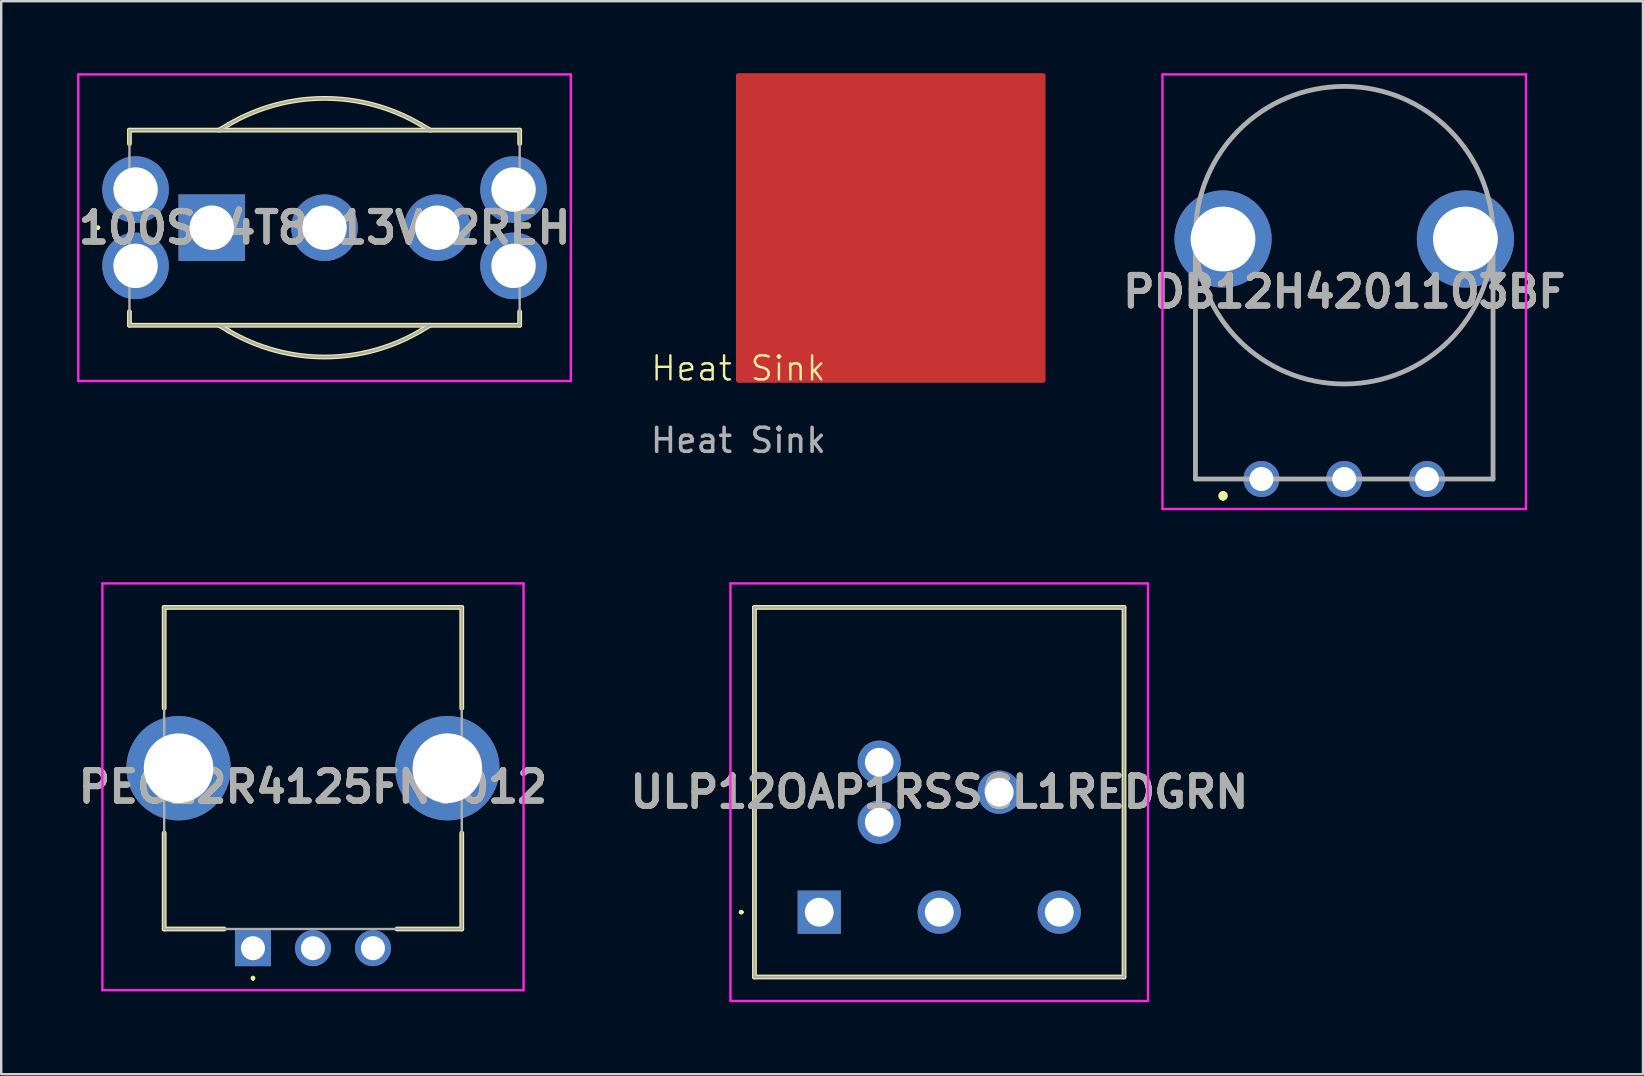
<source format=kicad_pcb>
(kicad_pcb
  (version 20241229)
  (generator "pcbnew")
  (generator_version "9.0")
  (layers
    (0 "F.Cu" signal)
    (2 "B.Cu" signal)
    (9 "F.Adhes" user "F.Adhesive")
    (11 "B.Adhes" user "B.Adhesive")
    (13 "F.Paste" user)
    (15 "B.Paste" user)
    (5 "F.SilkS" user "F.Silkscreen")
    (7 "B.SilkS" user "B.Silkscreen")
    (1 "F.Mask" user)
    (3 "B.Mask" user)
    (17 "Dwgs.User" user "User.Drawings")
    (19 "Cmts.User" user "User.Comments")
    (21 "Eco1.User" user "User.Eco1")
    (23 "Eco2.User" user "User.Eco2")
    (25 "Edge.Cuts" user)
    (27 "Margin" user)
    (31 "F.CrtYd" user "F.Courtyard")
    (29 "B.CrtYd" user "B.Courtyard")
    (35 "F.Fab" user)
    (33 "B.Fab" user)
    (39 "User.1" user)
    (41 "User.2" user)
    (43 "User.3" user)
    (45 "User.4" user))
  (footprint "Heat Sink"
    (layer "F.Cu")
    (at 27.717 12.8)
    (property "Reference" "Heat Sink" (at 0 -0.5 0) (unlocked yes) (layer "F.SilkS") (effects (font (size 1 1) (thickness 0.1))))
    (attr through_hole)
    (fp_rect (start 0 -12.7) (end 12.7 0) (stroke (width 0.2) (type solid)) (fill yes) (layer "F.Cu"))
    (fp_rect (start 0 -12.7) (end 12.7 0) (stroke (width 0.1) (type solid)) (fill yes) (layer "F.Mask"))
    (fp_text user "${REFERENCE}" (at 0 2.5 0) (unlocked yes) (layer "F.Fab") (effects (font (size 1 1) (thickness 0.15))))
    (pad "1" smd circle (at 6.35 -6.35) (size 2.54 2.54) (layers "F.Cu" "F.Mask")))
  (footprint "ULP12OAP1RSSCL1REDGRN"
    (layer "F.Cu")
    (at 31.087 34.96)
    (property "Reference" "ULP12OAP1RSSCL1REDGRN" (at 5 -5 0) (layer "F.SilkS") (effects (font (size 1.27 1.27) (thickness 0.254))))
    (attr through_hole)
    (fp_line (start -3.3 0) (end -3.3 0) (stroke (width 0.1) (type solid)) (layer "F.SilkS"))
    (fp_line (start -3.2 0) (end -3.2 0) (stroke (width 0.1) (type solid)) (layer "F.SilkS"))
    (fp_line (start -2.7 -12.7) (end 12.7 -12.7) (stroke (width 0.2) (type solid)) (layer "F.SilkS"))
    (fp_line (start -2.7 2.7) (end -2.7 -12.7) (stroke (width 0.2) (type solid)) (layer "F.SilkS"))
    (fp_line (start 12.7 -12.7) (end 12.7 2.7) (stroke (width 0.2) (type solid)) (layer "F.SilkS"))
    (fp_line (start 12.7 2.7) (end -2.7 2.7) (stroke (width 0.2) (type solid)) (layer "F.SilkS"))
    (fp_arc (start -3.3 0) (mid -3.25 -0.05) (end -3.2 0) (stroke (width 0.1) (type solid)) (layer "F.SilkS"))
    (fp_arc (start -3.2 0) (mid -3.25 0.05) (end -3.3 0) (stroke (width 0.1) (type solid)) (layer "F.SilkS"))
    (fp_line (start -3.7 -13.7) (end 13.7 -13.7) (stroke (width 0.1) (type solid)) (layer "F.CrtYd"))
    (fp_line (start -3.7 3.7) (end -3.7 -13.7) (stroke (width 0.1) (type solid)) (layer "F.CrtYd"))
    (fp_line (start 13.7 -13.7) (end 13.7 3.7) (stroke (width 0.1) (type solid)) (layer "F.CrtYd"))
    (fp_line (start 13.7 3.7) (end -3.7 3.7) (stroke (width 0.1) (type solid)) (layer "F.CrtYd"))
    (fp_line (start -2.7 -12.7) (end 12.7 -12.7) (stroke (width 0.1) (type solid)) (layer "F.Fab"))
    (fp_line (start -2.7 2.7) (end -2.7 -12.7) (stroke (width 0.1) (type solid)) (layer "F.Fab"))
    (fp_line (start 12.7 -12.7) (end 12.7 2.7) (stroke (width 0.1) (type solid)) (layer "F.Fab"))
    (fp_line (start 12.7 2.7) (end -2.7 2.7) (stroke (width 0.1) (type solid)) (layer "F.Fab"))
    (fp_text user "${REFERENCE}" (at 5 -5 0) (layer "F.Fab") (effects (font (size 1.27 1.27) (thickness 0.254))))
    (pad "1" thru_hole rect (at 0 0) (size 1.8 1.8) (drill 1.2) (layers "*.Cu" "*.Mask"))
    (pad "2" thru_hole circle (at 5 0) (size 1.8 1.8) (drill 1.2) (layers "*.Cu" "*.Mask"))
    (pad "3" thru_hole circle (at 10 0) (size 1.8 1.8) (drill 1.2) (layers "*.Cu" "*.Mask"))
    (pad "L1" thru_hole circle (at 2.5 -3.75) (size 1.8 1.8) (drill 1.2) (layers "*.Cu" "*.Mask"))
    (pad "L2" thru_hole circle (at 2.5 -6.25) (size 1.8 1.8) (drill 1.2) (layers "*.Cu" "*.Mask"))
    (pad "LC1" thru_hole circle (at 7.5 -5) (size 1.8 1.8) (drill 1.2) (layers "*.Cu" "*.Mask")))
  (footprint "100SP4T8B13VS2REH"
    (layer "F.Cu")
    (at 5.774 6.438)
    (property "Reference" "100SP4T8B13VS2REH" (at 4.7 0 0) (layer "F.SilkS") (effects (font (size 1.27 1.27) (thickness 0.254))))
    (attr through_hole)
    (fp_line (start -4.8 0) (end -4.8 0) (stroke (width 0.1) (type solid)) (layer "F.SilkS"))
    (fp_line (start -4.7 0) (end -4.7 0) (stroke (width 0.1) (type solid)) (layer "F.SilkS"))
    (fp_line (start -3.43 -4.065) (end 12.83 -4.065) (stroke (width 0.2) (type solid)) (layer "F.SilkS"))
    (fp_line (start -3.43 -3.5) (end -3.43 -4.065) (stroke (width 0.2) (type solid)) (layer "F.SilkS"))
    (fp_line (start -3.43 3.5) (end -3.43 4.065) (stroke (width 0.2) (type solid)) (layer "F.SilkS"))
    (fp_line (start -3.43 4.065) (end 12.83 4.065) (stroke (width 0.2) (type solid)) (layer "F.SilkS"))
    (fp_line (start 0.3 -4.065) (end 0.7 -4.3) (stroke (width 0.2) (type solid)) (layer "F.SilkS"))
    (fp_line (start 0.3 4.065) (end 0.7 4.3) (stroke (width 0.2) (type solid)) (layer "F.SilkS"))
    (fp_line (start 0.7 -4.3) (end 0.7 -4.3) (stroke (width 0.2) (type solid)) (layer "F.SilkS"))
    (fp_line (start 0.7 4.3) (end 0.7 4.3) (stroke (width 0.2) (type solid)) (layer "F.SilkS"))
    (fp_line (start 8.7 -4.3) (end 9.1 -4.065) (stroke (width 0.2) (type solid)) (layer "F.SilkS"))
    (fp_line (start 8.7 4.3) (end 9.1 4.065) (stroke (width 0.2) (type solid)) (layer "F.SilkS"))
    (fp_line (start 12.83 -4.065) (end 12.83 -3.5) (stroke (width 0.2) (type solid)) (layer "F.SilkS"))
    (fp_line (start 12.83 4.065) (end 12.83 3.5) (stroke (width 0.2) (type solid)) (layer "F.SilkS"))
    (fp_arc (start -4.8 0) (mid -4.75 -0.05) (end -4.7 0) (stroke (width 0.1) (type solid)) (layer "F.SilkS"))
    (fp_arc (start -4.7 0) (mid -4.75 0.05) (end -4.8 0) (stroke (width 0.1) (type solid)) (layer "F.SilkS"))
    (fp_arc (start 0.7 -4.3) (mid 4.702167 -5.38806) (end 8.703737 -4.297803) (stroke (width 0.2) (type solid)) (layer "F.SilkS"))
    (fp_arc (start 8.703737 4.297803) (mid 4.702167 5.38806) (end 0.7 4.3) (stroke (width 0.2) (type solid)) (layer "F.SilkS"))
    (fp_line (start -5.562 -6.388) (end 14.962 -6.388) (stroke (width 0.1) (type solid)) (layer "F.CrtYd"))
    (fp_line (start -5.562 6.388) (end -5.562 -6.388) (stroke (width 0.1) (type solid)) (layer "F.CrtYd"))
    (fp_line (start 14.962 -6.388) (end 14.962 6.388) (stroke (width 0.1) (type solid)) (layer "F.CrtYd"))
    (fp_line (start 14.962 6.388) (end -5.562 6.388) (stroke (width 0.1) (type solid)) (layer "F.CrtYd"))
    (fp_line (start -3.43 -4.065) (end 12.83 -4.065) (stroke (width 0.1) (type solid)) (layer "F.Fab"))
    (fp_line (start -3.43 4.065) (end -3.43 -4.065) (stroke (width 0.1) (type solid)) (layer "F.Fab"))
    (fp_line (start 0.3 -4.065) (end 0.7 -4.3) (stroke (width 0.1) (type solid)) (layer "F.Fab"))
    (fp_line (start 0.3 4.065) (end 0.7 4.3) (stroke (width 0.1) (type solid)) (layer "F.Fab"))
    (fp_line (start 0.7 -4.3) (end 0.7 -4.3) (stroke (width 0.1) (type solid)) (layer "F.Fab"))
    (fp_line (start 0.7 4.3) (end 0.7 4.3) (stroke (width 0.1) (type solid)) (layer "F.Fab"))
    (fp_line (start 8.7 -4.3) (end 9.1 -4.065) (stroke (width 0.1) (type solid)) (layer "F.Fab"))
    (fp_line (start 8.7 4.3) (end 9.1 4.065) (stroke (width 0.1) (type solid)) (layer "F.Fab"))
    (fp_line (start 12.83 -4.065) (end 12.83 4.065) (stroke (width 0.1) (type solid)) (layer "F.Fab"))
    (fp_line (start 12.83 4.065) (end -3.43 4.065) (stroke (width 0.1) (type solid)) (layer "F.Fab"))
    (fp_arc (start 0.7 -4.3) (mid 4.702167 -5.38806) (end 8.703737 -4.297803) (stroke (width 0.1) (type solid)) (layer "F.Fab"))
    (fp_arc (start 8.703737 4.297803) (mid 4.702167 5.38806) (end 0.7 4.3) (stroke (width 0.1) (type solid)) (layer "F.Fab"))
    (fp_text user "${REFERENCE}" (at 4.7 0 0) (layer "F.Fab") (effects (font (size 1.27 1.27) (thickness 0.254))))
    (pad "1" thru_hole rect (at 0 0) (size 2.775 2.775) (drill 1.85) (layers "*.Cu" "*.Mask"))
    (pad "2" thru_hole circle (at 4.7 0) (size 2.775 2.775) (drill 1.85) (layers "*.Cu" "*.Mask"))
    (pad "3" thru_hole circle (at 9.4 0) (size 2.775 2.775) (drill 1.85) (layers "*.Cu" "*.Mask"))
    (pad "4" thru_hole circle (at -3.175 -1.59) (size 2.775 2.775) (drill 1.85) (layers "*.Cu" "*.Mask"))
    (pad "5" thru_hole circle (at -3.175 1.59) (size 2.775 2.775) (drill 1.85) (layers "*.Cu" "*.Mask"))
    (pad "6" thru_hole circle (at 12.575 1.59) (size 2.775 2.775) (drill 1.85) (layers "*.Cu" "*.Mask"))
    (pad "7" thru_hole circle (at 12.575 -1.59) (size 2.775 2.775) (drill 1.85) (layers "*.Cu" "*.Mask")))
  (footprint "PDB12H4201103BF"
    (layer "F.Cu")
    (at 50.463 16.91)
    (property "Reference" "PDB12H4201103BF" (at 2.5 -7.805 0) (layer "F.SilkS") (effects (font (size 1.27 1.27) (thickness 0.254))))
    (attr through_hole)
    (fp_line (start -3.7 -7.16) (end -3.7 0) (stroke (width 0.1) (type solid)) (layer "F.SilkS"))
    (fp_line (start -3.7 0) (end -1.8 0) (stroke (width 0.1) (type solid)) (layer "F.SilkS"))
    (fp_line (start -2.55 0.6) (end -2.55 0.6) (stroke (width 0.2) (type solid)) (layer "F.SilkS"))
    (fp_line (start -2.55 0.8) (end -2.55 0.8) (stroke (width 0.2) (type solid)) (layer "F.SilkS"))
    (fp_line (start 2.3 -16.36) (end 2.7 -16.36) (stroke (width 0.1) (type solid)) (layer "F.SilkS"))
    (fp_line (start 8.7 -7.16) (end 8.7 0) (stroke (width 0.1) (type solid)) (layer "F.SilkS"))
    (fp_line (start 8.7 0) (end 6.8 0) (stroke (width 0.1) (type solid)) (layer "F.SilkS"))
    (fp_arc (start -2.55 0.6) (mid -2.45 0.7) (end -2.55 0.8) (stroke (width 0.2) (type solid)) (layer "F.SilkS"))
    (fp_arc (start -2.55 0.8) (mid -2.65 0.7) (end -2.55 0.6) (stroke (width 0.2) (type solid)) (layer "F.SilkS"))
    (fp_line (start -5.075 -16.86) (end 10.075 -16.86) (stroke (width 0.1) (type solid)) (layer "F.CrtYd"))
    (fp_line (start -5.075 1.25) (end -5.075 -16.86) (stroke (width 0.1) (type solid)) (layer "F.CrtYd"))
    (fp_line (start 10.075 -16.86) (end 10.075 1.25) (stroke (width 0.1) (type solid)) (layer "F.CrtYd"))
    (fp_line (start 10.075 1.25) (end -5.075 1.25) (stroke (width 0.1) (type solid)) (layer "F.CrtYd"))
    (fp_line (start -3.7 -10.16) (end -3.7 -10.16) (stroke (width 0.2) (type solid)) (layer "F.Fab"))
    (fp_line (start -3.7 -10.16) (end -3.7 0) (stroke (width 0.2) (type solid)) (layer "F.Fab"))
    (fp_line (start -3.7 0) (end 8.7 0) (stroke (width 0.2) (type solid)) (layer "F.Fab"))
    (fp_line (start 8.7 -10.16) (end 8.7 -10.16) (stroke (width 0.2) (type solid)) (layer "F.Fab"))
    (fp_line (start 8.7 0) (end 8.7 -10.16) (stroke (width 0.2) (type solid)) (layer "F.Fab"))
    (fp_arc (start -3.7 -10.16) (mid 2.5 -16.36) (end 8.7 -10.16) (stroke (width 0.2) (type solid)) (layer "F.Fab"))
    (fp_arc (start 8.7 -10.16) (mid 2.5 -3.96) (end -3.7 -10.16) (stroke (width 0.2) (type solid)) (layer "F.Fab"))
    (fp_text user "${REFERENCE}" (at 2.5 -7.805 0) (layer "F.Fab") (effects (font (size 1.27 1.27) (thickness 0.254))))
    (pad "1" thru_hole circle (at -0.95 0) (size 1.5 1.5) (drill 1) (layers "*.Cu" "*.Mask"))
    (pad "2" thru_hole circle (at 2.5 0) (size 1.5 1.5) (drill 1) (layers "*.Cu" "*.Mask"))
    (pad "3" thru_hole circle (at 5.95 0) (size 1.5 1.5) (drill 1) (layers "*.Cu" "*.Mask"))
    (pad "MH1" thru_hole circle (at -2.55 -10) (size 4.05 4.05) (drill 2.7) (layers "*.Cu" "*.Mask"))
    (pad "MH2" thru_hole circle (at 7.55 -10) (size 4.05 4.05) (drill 2.7) (layers "*.Cu" "*.Mask")))
  (footprint "PEC12R4125FN0012"
    (layer "F.Cu")
    (at 7.491 36.46)
    (property "Reference" "PEC12R4125FN0012" (at 2.5 -6.725 0) (layer "F.SilkS") (effects (font (size 1.27 1.27) (thickness 0.254))))
    (attr through_hole)
    (fp_line (start -3.7 -14.2) (end -3.7 -10) (stroke (width 0.2) (type solid)) (layer "F.SilkS"))
    (fp_line (start -3.7 -4.8) (end -3.7 -0.8) (stroke (width 0.2) (type solid)) (layer "F.SilkS"))
    (fp_line (start -3.7 -0.8) (end -1.2 -0.8) (stroke (width 0.2) (type solid)) (layer "F.SilkS"))
    (fp_line (start 0 1.2) (end 0 1.2) (stroke (width 0.1) (type solid)) (layer "F.SilkS"))
    (fp_line (start 0 1.3) (end 0 1.3) (stroke (width 0.1) (type solid)) (layer "F.SilkS"))
    (fp_line (start 6 -0.8) (end 8.7 -0.8) (stroke (width 0.2) (type solid)) (layer "F.SilkS"))
    (fp_line (start 8.7 -14.2) (end -3.7 -14.2) (stroke (width 0.2) (type solid)) (layer "F.SilkS"))
    (fp_line (start 8.7 -10) (end 8.7 -14.2) (stroke (width 0.2) (type solid)) (layer "F.SilkS"))
    (fp_line (start 8.7 -0.8) (end 8.7 -4.8) (stroke (width 0.2) (type solid)) (layer "F.SilkS"))
    (fp_arc (start 0 1.2) (mid 0.05 1.25) (end 0 1.3) (stroke (width 0.1) (type solid)) (layer "F.SilkS"))
    (fp_arc (start 0 1.3) (mid -0.05 1.25) (end 0 1.2) (stroke (width 0.1) (type solid)) (layer "F.SilkS"))
    (fp_line (start -6.275 -15.2) (end 11.275 -15.2) (stroke (width 0.1) (type solid)) (layer "F.CrtYd"))
    (fp_line (start -6.275 1.75) (end -6.275 -15.2) (stroke (width 0.1) (type solid)) (layer "F.CrtYd"))
    (fp_line (start 11.275 -15.2) (end 11.275 1.75) (stroke (width 0.1) (type solid)) (layer "F.CrtYd"))
    (fp_line (start 11.275 1.75) (end -6.275 1.75) (stroke (width 0.1) (type solid)) (layer "F.CrtYd"))
    (fp_line (start -3.7 -14.2) (end 8.7 -14.2) (stroke (width 0.1) (type solid)) (layer "F.Fab"))
    (fp_line (start -3.7 -0.8) (end -3.7 -14.2) (stroke (width 0.1) (type solid)) (layer "F.Fab"))
    (fp_line (start 8.7 -14.2) (end 8.7 -0.8) (stroke (width 0.1) (type solid)) (layer "F.Fab"))
    (fp_line (start 8.7 -0.8) (end -3.7 -0.8) (stroke (width 0.1) (type solid)) (layer "F.Fab"))
    (fp_text user "${REFERENCE}" (at 2.5 -6.725 0) (layer "F.Fab") (effects (font (size 1.27 1.27) (thickness 0.254))))
    (pad "1" thru_hole circle (at -3.1 -7.5) (size 4.35 4.35) (drill 2.9) (layers "*.Cu" "*.Mask"))
    (pad "2" thru_hole circle (at 8.1 -7.5) (size 4.35 4.35) (drill 2.9) (layers "*.Cu" "*.Mask"))
    (pad "A1" thru_hole rect (at 0 0) (size 1.5 1.5) (drill 1) (layers "*.Cu" "*.Mask"))
    (pad "B1" thru_hole circle (at 5 0) (size 1.5 1.5) (drill 1) (layers "*.Cu" "*.Mask"))
    (pad "C1" thru_hole circle (at 2.5 0) (size 1.5 1.5) (drill 1) (layers "*.Cu" "*.Mask")))
  (gr_rect
    (start -3 -3)
    (end 65.41 41.71)
    (stroke (width 0.1) (type default))
    (fill no)
    (layer "Edge.Cuts")))
</source>
